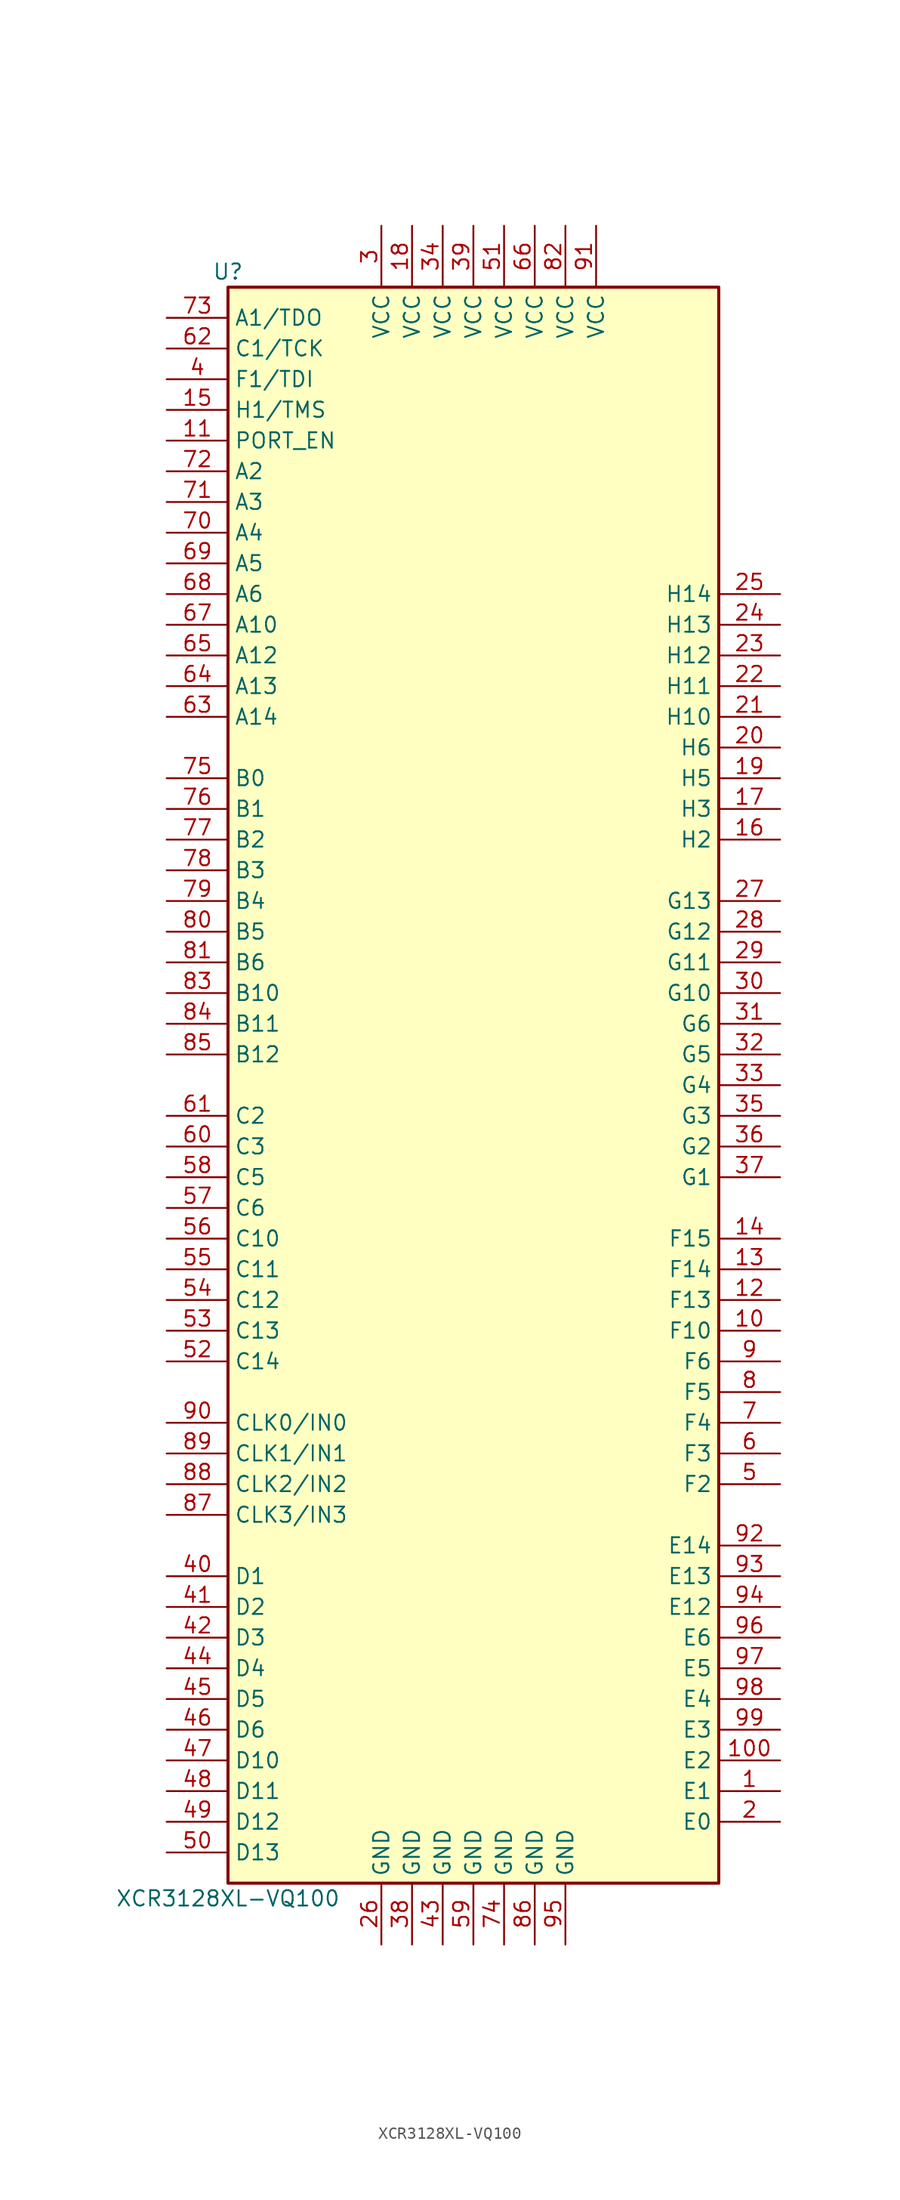
<source format=kicad_sym>
(kicad_symbol_lib
  (version 20211014)
  (generator kicad_symbol_editor)
  (symbol "XCR3128XL-VQ100"
    (property "Reference" "U"
      (at -20.32 67.31 0)
      (effects (font (size 1.27 1.27))))
    (property "Value" "XCR3128XL-VQ100"
      (at -20.32 -67.31 0)
      (effects (font (size 1.27 1.27))))
    (symbol "XCR3128XL-VQ100_1_1"
      (rectangle (start -20.32 66.04) (end 20.32 -66.04) (stroke (width 0.254) (type default) (color 0 0 0 0)) (fill (type background)))
      (pin passive line (at 25.4 -58.42 180) (length 5.08) (name "E1" (effects (font (size 1.27 1.27)))) (number "1" (effects (font (size 1.27 1.27)))))
      (pin passive line (at 25.4 -20.32 180) (length 5.08) (name "F10" (effects (font (size 1.27 1.27)))) (number "10" (effects (font (size 1.27 1.27)))))
      (pin passive line (at 25.4 -55.88 180) (length 5.08) (name "E2" (effects (font (size 1.27 1.27)))) (number "100" (effects (font (size 1.27 1.27)))))
      (pin passive line (at -25.4 53.34 0) (length 5.08) (name "PORT_EN" (effects (font (size 1.27 1.27)))) (number "11" (effects (font (size 1.27 1.27)))))
      (pin passive line (at 25.4 -17.78 180) (length 5.08) (name "F13" (effects (font (size 1.27 1.27)))) (number "12" (effects (font (size 1.27 1.27)))))
      (pin passive line (at 25.4 -15.24 180) (length 5.08) (name "F14" (effects (font (size 1.27 1.27)))) (number "13" (effects (font (size 1.27 1.27)))))
      (pin passive line (at 25.4 -12.7 180) (length 5.08) (name "F15" (effects (font (size 1.27 1.27)))) (number "14" (effects (font (size 1.27 1.27)))))
      (pin passive line (at -25.4 55.88 0) (length 5.08) (name "H1/TMS" (effects (font (size 1.27 1.27)))) (number "15" (effects (font (size 1.27 1.27)))))
      (pin passive line (at 25.4 20.32 180) (length 5.08) (name "H2" (effects (font (size 1.27 1.27)))) (number "16" (effects (font (size 1.27 1.27)))))
      (pin passive line (at 25.4 22.86 180) (length 5.08) (name "H3" (effects (font (size 1.27 1.27)))) (number "17" (effects (font (size 1.27 1.27)))))
      (pin power_in line (at -5.08 71.12 270) (length 5.08) (name "VCC" (effects (font (size 1.27 1.27)))) (number "18" (effects (font (size 1.27 1.27)))))
      (pin passive line (at 25.4 25.4 180) (length 5.08) (name "H5" (effects (font (size 1.27 1.27)))) (number "19" (effects (font (size 1.27 1.27)))))
      (pin passive line (at 25.4 -60.96 180) (length 5.08) (name "E0" (effects (font (size 1.27 1.27)))) (number "2" (effects (font (size 1.27 1.27)))))
      (pin passive line (at 25.4 27.94 180) (length 5.08) (name "H6" (effects (font (size 1.27 1.27)))) (number "20" (effects (font (size 1.27 1.27)))))
      (pin passive line (at 25.4 30.48 180) (length 5.08) (name "H10" (effects (font (size 1.27 1.27)))) (number "21" (effects (font (size 1.27 1.27)))))
      (pin passive line (at 25.4 33.02 180) (length 5.08) (name "H11" (effects (font (size 1.27 1.27)))) (number "22" (effects (font (size 1.27 1.27)))))
      (pin passive line (at 25.4 35.56 180) (length 5.08) (name "H12" (effects (font (size 1.27 1.27)))) (number "23" (effects (font (size 1.27 1.27)))))
      (pin passive line (at 25.4 38.1 180) (length 5.08) (name "H13" (effects (font (size 1.27 1.27)))) (number "24" (effects (font (size 1.27 1.27)))))
      (pin passive line (at 25.4 40.64 180) (length 5.08) (name "H14" (effects (font (size 1.27 1.27)))) (number "25" (effects (font (size 1.27 1.27)))))
      (pin power_in line (at -7.62 -71.12 90) (length 5.08) (name "GND" (effects (font (size 1.27 1.27)))) (number "26" (effects (font (size 1.27 1.27)))))
      (pin passive line (at 25.4 15.24 180) (length 5.08) (name "G13" (effects (font (size 1.27 1.27)))) (number "27" (effects (font (size 1.27 1.27)))))
      (pin passive line (at 25.4 12.7 180) (length 5.08) (name "G12" (effects (font (size 1.27 1.27)))) (number "28" (effects (font (size 1.27 1.27)))))
      (pin passive line (at 25.4 10.16 180) (length 5.08) (name "G11" (effects (font (size 1.27 1.27)))) (number "29" (effects (font (size 1.27 1.27)))))
      (pin power_in line (at -7.62 71.12 270) (length 5.08) (name "VCC" (effects (font (size 1.27 1.27)))) (number "3" (effects (font (size 1.27 1.27)))))
      (pin passive line (at 25.4 7.62 180) (length 5.08) (name "G10" (effects (font (size 1.27 1.27)))) (number "30" (effects (font (size 1.27 1.27)))))
      (pin passive line (at 25.4 5.08 180) (length 5.08) (name "G6" (effects (font (size 1.27 1.27)))) (number "31" (effects (font (size 1.27 1.27)))))
      (pin passive line (at 25.4 2.54 180) (length 5.08) (name "G5" (effects (font (size 1.27 1.27)))) (number "32" (effects (font (size 1.27 1.27)))))
      (pin passive line (at 25.4 0 180) (length 5.08) (name "G4" (effects (font (size 1.27 1.27)))) (number "33" (effects (font (size 1.27 1.27)))))
      (pin power_in line (at -2.54 71.12 270) (length 5.08) (name "VCC" (effects (font (size 1.27 1.27)))) (number "34" (effects (font (size 1.27 1.27)))))
      (pin passive line (at 25.4 -2.54 180) (length 5.08) (name "G3" (effects (font (size 1.27 1.27)))) (number "35" (effects (font (size 1.27 1.27)))))
      (pin passive line (at 25.4 -5.08 180) (length 5.08) (name "G2" (effects (font (size 1.27 1.27)))) (number "36" (effects (font (size 1.27 1.27)))))
      (pin passive line (at 25.4 -7.62 180) (length 5.08) (name "G1" (effects (font (size 1.27 1.27)))) (number "37" (effects (font (size 1.27 1.27)))))
      (pin power_in line (at -5.08 -71.12 90) (length 5.08) (name "GND" (effects (font (size 1.27 1.27)))) (number "38" (effects (font (size 1.27 1.27)))))
      (pin power_in line (at 0 71.12 270) (length 5.08) (name "VCC" (effects (font (size 1.27 1.27)))) (number "39" (effects (font (size 1.27 1.27)))))
      (pin passive line (at -25.4 58.42 0) (length 5.08) (name "F1/TDI" (effects (font (size 1.27 1.27)))) (number "4" (effects (font (size 1.27 1.27)))))
      (pin passive line (at -25.4 -40.64 0) (length 5.08) (name "D1" (effects (font (size 1.27 1.27)))) (number "40" (effects (font (size 1.27 1.27)))))
      (pin passive line (at -25.4 -43.18 0) (length 5.08) (name "D2" (effects (font (size 1.27 1.27)))) (number "41" (effects (font (size 1.27 1.27)))))
      (pin passive line (at -25.4 -45.72 0) (length 5.08) (name "D3" (effects (font (size 1.27 1.27)))) (number "42" (effects (font (size 1.27 1.27)))))
      (pin power_in line (at -2.54 -71.12 90) (length 5.08) (name "GND" (effects (font (size 1.27 1.27)))) (number "43" (effects (font (size 1.27 1.27)))))
      (pin passive line (at -25.4 -48.26 0) (length 5.08) (name "D4" (effects (font (size 1.27 1.27)))) (number "44" (effects (font (size 1.27 1.27)))))
      (pin passive line (at -25.4 -50.8 0) (length 5.08) (name "D5" (effects (font (size 1.27 1.27)))) (number "45" (effects (font (size 1.27 1.27)))))
      (pin passive line (at -25.4 -53.34 0) (length 5.08) (name "D6" (effects (font (size 1.27 1.27)))) (number "46" (effects (font (size 1.27 1.27)))))
      (pin passive line (at -25.4 -55.88 0) (length 5.08) (name "D10" (effects (font (size 1.27 1.27)))) (number "47" (effects (font (size 1.27 1.27)))))
      (pin passive line (at -25.4 -58.42 0) (length 5.08) (name "D11" (effects (font (size 1.27 1.27)))) (number "48" (effects (font (size 1.27 1.27)))))
      (pin passive line (at -25.4 -60.96 0) (length 5.08) (name "D12" (effects (font (size 1.27 1.27)))) (number "49" (effects (font (size 1.27 1.27)))))
      (pin passive line (at 25.4 -33.02 180) (length 5.08) (name "F2" (effects (font (size 1.27 1.27)))) (number "5" (effects (font (size 1.27 1.27)))))
      (pin passive line (at -25.4 -63.5 0) (length 5.08) (name "D13" (effects (font (size 1.27 1.27)))) (number "50" (effects (font (size 1.27 1.27)))))
      (pin power_in line (at 2.54 71.12 270) (length 5.08) (name "VCC" (effects (font (size 1.27 1.27)))) (number "51" (effects (font (size 1.27 1.27)))))
      (pin passive line (at -25.4 -22.86 0) (length 5.08) (name "C14" (effects (font (size 1.27 1.27)))) (number "52" (effects (font (size 1.27 1.27)))))
      (pin passive line (at -25.4 -20.32 0) (length 5.08) (name "C13" (effects (font (size 1.27 1.27)))) (number "53" (effects (font (size 1.27 1.27)))))
      (pin passive line (at -25.4 -17.78 0) (length 5.08) (name "C12" (effects (font (size 1.27 1.27)))) (number "54" (effects (font (size 1.27 1.27)))))
      (pin passive line (at -25.4 -15.24 0) (length 5.08) (name "C11" (effects (font (size 1.27 1.27)))) (number "55" (effects (font (size 1.27 1.27)))))
      (pin passive line (at -25.4 -12.7 0) (length 5.08) (name "C10" (effects (font (size 1.27 1.27)))) (number "56" (effects (font (size 1.27 1.27)))))
      (pin passive line (at -25.4 -10.16 0) (length 5.08) (name "C6" (effects (font (size 1.27 1.27)))) (number "57" (effects (font (size 1.27 1.27)))))
      (pin passive line (at -25.4 -7.62 0) (length 5.08) (name "C5" (effects (font (size 1.27 1.27)))) (number "58" (effects (font (size 1.27 1.27)))))
      (pin power_in line (at 0 -71.12 90) (length 5.08) (name "GND" (effects (font (size 1.27 1.27)))) (number "59" (effects (font (size 1.27 1.27)))))
      (pin passive line (at 25.4 -30.48 180) (length 5.08) (name "F3" (effects (font (size 1.27 1.27)))) (number "6" (effects (font (size 1.27 1.27)))))
      (pin passive line (at -25.4 -5.08 0) (length 5.08) (name "C3" (effects (font (size 1.27 1.27)))) (number "60" (effects (font (size 1.27 1.27)))))
      (pin passive line (at -25.4 -2.54 0) (length 5.08) (name "C2" (effects (font (size 1.27 1.27)))) (number "61" (effects (font (size 1.27 1.27)))))
      (pin passive line (at -25.4 60.96 0) (length 5.08) (name "C1/TCK" (effects (font (size 1.27 1.27)))) (number "62" (effects (font (size 1.27 1.27)))))
      (pin passive line (at -25.4 30.48 0) (length 5.08) (name "A14" (effects (font (size 1.27 1.27)))) (number "63" (effects (font (size 1.27 1.27)))))
      (pin passive line (at -25.4 33.02 0) (length 5.08) (name "A13" (effects (font (size 1.27 1.27)))) (number "64" (effects (font (size 1.27 1.27)))))
      (pin passive line (at -25.4 35.56 0) (length 5.08) (name "A12" (effects (font (size 1.27 1.27)))) (number "65" (effects (font (size 1.27 1.27)))))
      (pin power_in line (at 5.08 71.12 270) (length 5.08) (name "VCC" (effects (font (size 1.27 1.27)))) (number "66" (effects (font (size 1.27 1.27)))))
      (pin passive line (at -25.4 38.1 0) (length 5.08) (name "A10" (effects (font (size 1.27 1.27)))) (number "67" (effects (font (size 1.27 1.27)))))
      (pin passive line (at -25.4 40.64 0) (length 5.08) (name "A6" (effects (font (size 1.27 1.27)))) (number "68" (effects (font (size 1.27 1.27)))))
      (pin passive line (at -25.4 43.18 0) (length 5.08) (name "A5" (effects (font (size 1.27 1.27)))) (number "69" (effects (font (size 1.27 1.27)))))
      (pin passive line (at 25.4 -27.94 180) (length 5.08) (name "F4" (effects (font (size 1.27 1.27)))) (number "7" (effects (font (size 1.27 1.27)))))
      (pin passive line (at -25.4 45.72 0) (length 5.08) (name "A4" (effects (font (size 1.27 1.27)))) (number "70" (effects (font (size 1.27 1.27)))))
      (pin passive line (at -25.4 48.26 0) (length 5.08) (name "A3" (effects (font (size 1.27 1.27)))) (number "71" (effects (font (size 1.27 1.27)))))
      (pin passive line (at -25.4 50.8 0) (length 5.08) (name "A2" (effects (font (size 1.27 1.27)))) (number "72" (effects (font (size 1.27 1.27)))))
      (pin passive line (at -25.4 63.5 0) (length 5.08) (name "A1/TDO" (effects (font (size 1.27 1.27)))) (number "73" (effects (font (size 1.27 1.27)))))
      (pin power_in line (at 2.54 -71.12 90) (length 5.08) (name "GND" (effects (font (size 1.27 1.27)))) (number "74" (effects (font (size 1.27 1.27)))))
      (pin passive line (at -25.4 25.4 0) (length 5.08) (name "B0" (effects (font (size 1.27 1.27)))) (number "75" (effects (font (size 1.27 1.27)))))
      (pin passive line (at -25.4 22.86 0) (length 5.08) (name "B1" (effects (font (size 1.27 1.27)))) (number "76" (effects (font (size 1.27 1.27)))))
      (pin passive line (at -25.4 20.32 0) (length 5.08) (name "B2" (effects (font (size 1.27 1.27)))) (number "77" (effects (font (size 1.27 1.27)))))
      (pin passive line (at -25.4 17.78 0) (length 5.08) (name "B3" (effects (font (size 1.27 1.27)))) (number "78" (effects (font (size 1.27 1.27)))))
      (pin passive line (at -25.4 15.24 0) (length 5.08) (name "B4" (effects (font (size 1.27 1.27)))) (number "79" (effects (font (size 1.27 1.27)))))
      (pin passive line (at 25.4 -25.4 180) (length 5.08) (name "F5" (effects (font (size 1.27 1.27)))) (number "8" (effects (font (size 1.27 1.27)))))
      (pin passive line (at -25.4 12.7 0) (length 5.08) (name "B5" (effects (font (size 1.27 1.27)))) (number "80" (effects (font (size 1.27 1.27)))))
      (pin passive line (at -25.4 10.16 0) (length 5.08) (name "B6" (effects (font (size 1.27 1.27)))) (number "81" (effects (font (size 1.27 1.27)))))
      (pin power_in line (at 7.62 71.12 270) (length 5.08) (name "VCC" (effects (font (size 1.27 1.27)))) (number "82" (effects (font (size 1.27 1.27)))))
      (pin passive line (at -25.4 7.62 0) (length 5.08) (name "B10" (effects (font (size 1.27 1.27)))) (number "83" (effects (font (size 1.27 1.27)))))
      (pin passive line (at -25.4 5.08 0) (length 5.08) (name "B11" (effects (font (size 1.27 1.27)))) (number "84" (effects (font (size 1.27 1.27)))))
      (pin passive line (at -25.4 2.54 0) (length 5.08) (name "B12" (effects (font (size 1.27 1.27)))) (number "85" (effects (font (size 1.27 1.27)))))
      (pin power_in line (at 5.08 -71.12 90) (length 5.08) (name "GND" (effects (font (size 1.27 1.27)))) (number "86" (effects (font (size 1.27 1.27)))))
      (pin input line (at -25.4 -35.56 0) (length 5.08) (name "CLK3/IN3" (effects (font (size 1.27 1.27)))) (number "87" (effects (font (size 1.27 1.27)))))
      (pin input line (at -25.4 -33.02 0) (length 5.08) (name "CLK2/IN2" (effects (font (size 1.27 1.27)))) (number "88" (effects (font (size 1.27 1.27)))))
      (pin input line (at -25.4 -30.48 0) (length 5.08) (name "CLK1/IN1" (effects (font (size 1.27 1.27)))) (number "89" (effects (font (size 1.27 1.27)))))
      (pin passive line (at 25.4 -22.86 180) (length 5.08) (name "F6" (effects (font (size 1.27 1.27)))) (number "9" (effects (font (size 1.27 1.27)))))
      (pin input line (at -25.4 -27.94 0) (length 5.08) (name "CLK0/IN0" (effects (font (size 1.27 1.27)))) (number "90" (effects (font (size 1.27 1.27)))))
      (pin power_in line (at 10.16 71.12 270) (length 5.08) (name "VCC" (effects (font (size 1.27 1.27)))) (number "91" (effects (font (size 1.27 1.27)))))
      (pin passive line (at 25.4 -38.1 180) (length 5.08) (name "E14" (effects (font (size 1.27 1.27)))) (number "92" (effects (font (size 1.27 1.27)))))
      (pin passive line (at 25.4 -40.64 180) (length 5.08) (name "E13" (effects (font (size 1.27 1.27)))) (number "93" (effects (font (size 1.27 1.27)))))
      (pin passive line (at 25.4 -43.18 180) (length 5.08) (name "E12" (effects (font (size 1.27 1.27)))) (number "94" (effects (font (size 1.27 1.27)))))
      (pin power_in line (at 7.62 -71.12 90) (length 5.08) (name "GND" (effects (font (size 1.27 1.27)))) (number "95" (effects (font (size 1.27 1.27)))))
      (pin passive line (at 25.4 -45.72 180) (length 5.08) (name "E6" (effects (font (size 1.27 1.27)))) (number "96" (effects (font (size 1.27 1.27)))))
      (pin passive line (at 25.4 -48.26 180) (length 5.08) (name "E5" (effects (font (size 1.27 1.27)))) (number "97" (effects (font (size 1.27 1.27)))))
      (pin passive line (at 25.4 -50.8 180) (length 5.08) (name "E4" (effects (font (size 1.27 1.27)))) (number "98" (effects (font (size 1.27 1.27)))))
      (pin passive line (at 25.4 -53.34 180) (length 5.08) (name "E3" (effects (font (size 1.27 1.27)))) (number "99" (effects (font (size 1.27 1.27))))))))
</source>
